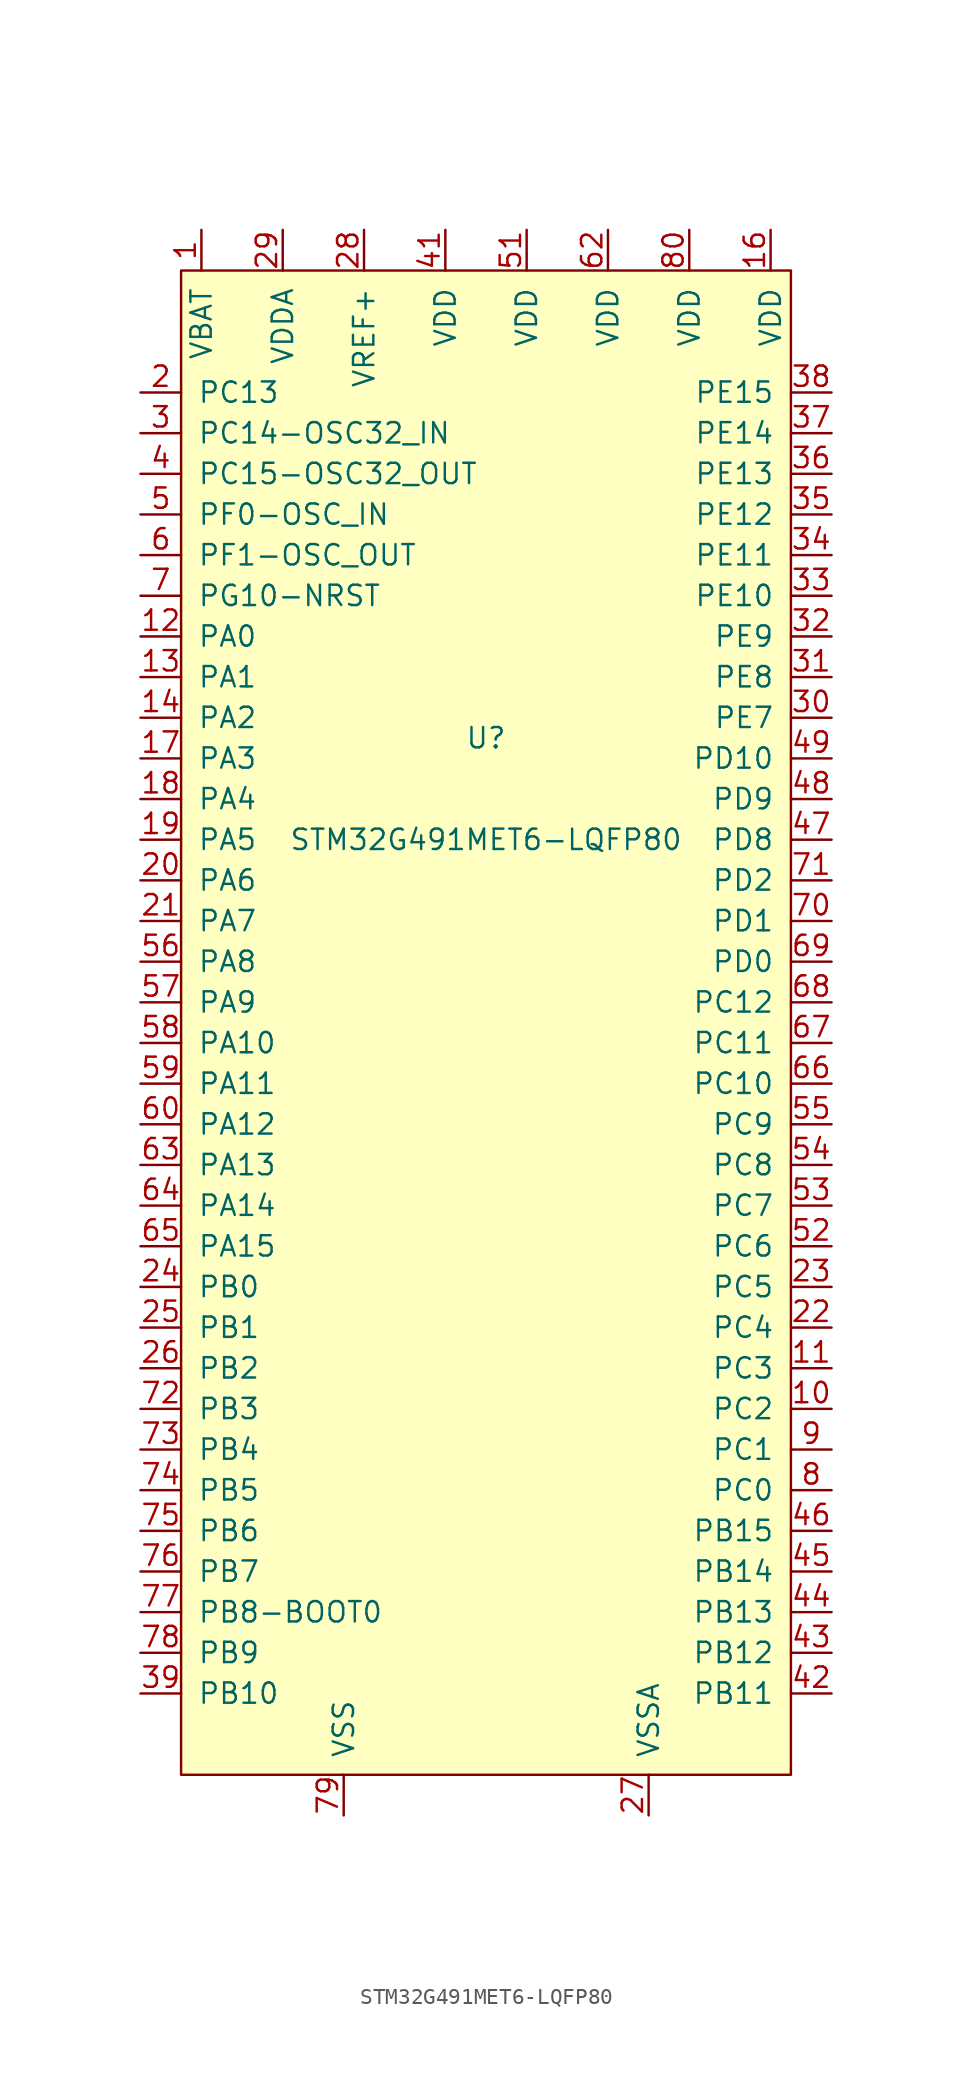
<source format=kicad_sym>
(kicad_symbol_lib
  (version 20211014)
  (generator kicad_symbol_editor)
  (symbol "STM32G491MET6-LQFP80"
    (pin_names
      (offset 1.016))
    (property "Reference" "U"
      (at 0 5.08 0)
      (effects (font (size 1.27 1.27))))
    (property "Value" "STM32G491MET6-LQFP80"
      (at 0 -1.27 0)
      (effects (font (size 1.27 1.27))))
    (symbol "STM32G491MET6-LQFP80_0_1"
      (rectangle (start -19.05 34.29) (end 19.05 -59.69) (stroke (width 0) (type default) (color 0 0 0 0)) (fill (type background))))
    (symbol "STM32G491MET6-LQFP80_1_1"
      (pin power_in line (at -17.78 36.83 270) (length 2.54) (name "VBAT" (effects (font (size 1.27 1.27)))) (number "1" (effects (font (size 1.27 1.27)))))
      (pin bidirectional line (at 21.59 -36.83 180) (length 2.54) (name "PC2" (effects (font (size 1.27 1.27)))) (number "10" (effects (font (size 1.27 1.27)))))
      (pin bidirectional line (at 21.59 -34.29 180) (length 2.54) (name "PC3" (effects (font (size 1.27 1.27)))) (number "11" (effects (font (size 1.27 1.27)))))
      (pin bidirectional line (at -21.59 11.43 0) (length 2.54) (name "PA0" (effects (font (size 1.27 1.27)))) (number "12" (effects (font (size 1.27 1.27)))))
      (pin bidirectional line (at -21.59 8.89 0) (length 2.54) (name "PA1" (effects (font (size 1.27 1.27)))) (number "13" (effects (font (size 1.27 1.27)))))
      (pin bidirectional line (at -21.59 6.35 0) (length 2.54) (name "PA2" (effects (font (size 1.27 1.27)))) (number "14" (effects (font (size 1.27 1.27)))))
      (pin power_in line (at -8.89 -62.23 90) (length 2.54) hide (name "VSS" (effects (font (size 1.27 1.27)))) (number "15" (effects (font (size 1.27 1.27)))))
      (pin power_in line (at 17.78 36.83 270) (length 2.54) (name "VDD" (effects (font (size 1.27 1.27)))) (number "16" (effects (font (size 1.27 1.27)))))
      (pin bidirectional line (at -21.59 3.81 0) (length 2.54) (name "PA3" (effects (font (size 1.27 1.27)))) (number "17" (effects (font (size 1.27 1.27)))))
      (pin bidirectional line (at -21.59 1.27 0) (length 2.54) (name "PA4" (effects (font (size 1.27 1.27)))) (number "18" (effects (font (size 1.27 1.27)))))
      (pin bidirectional line (at -21.59 -1.27 0) (length 2.54) (name "PA5" (effects (font (size 1.27 1.27)))) (number "19" (effects (font (size 1.27 1.27)))))
      (pin bidirectional line (at -21.59 26.67 0) (length 2.54) (name "PC13" (effects (font (size 1.27 1.27)))) (number "2" (effects (font (size 1.27 1.27)))))
      (pin bidirectional line (at -21.59 -3.81 0) (length 2.54) (name "PA6" (effects (font (size 1.27 1.27)))) (number "20" (effects (font (size 1.27 1.27)))))
      (pin bidirectional line (at -21.59 -6.35 0) (length 2.54) (name "PA7" (effects (font (size 1.27 1.27)))) (number "21" (effects (font (size 1.27 1.27)))))
      (pin bidirectional line (at 21.59 -31.75 180) (length 2.54) (name "PC4" (effects (font (size 1.27 1.27)))) (number "22" (effects (font (size 1.27 1.27)))))
      (pin bidirectional line (at 21.59 -29.21 180) (length 2.54) (name "PC5" (effects (font (size 1.27 1.27)))) (number "23" (effects (font (size 1.27 1.27)))))
      (pin bidirectional line (at -21.59 -29.21 0) (length 2.54) (name "PB0" (effects (font (size 1.27 1.27)))) (number "24" (effects (font (size 1.27 1.27)))))
      (pin bidirectional line (at -21.59 -31.75 0) (length 2.54) (name "PB1" (effects (font (size 1.27 1.27)))) (number "25" (effects (font (size 1.27 1.27)))))
      (pin bidirectional line (at -21.59 -34.29 0) (length 2.54) (name "PB2" (effects (font (size 1.27 1.27)))) (number "26" (effects (font (size 1.27 1.27)))))
      (pin power_out line (at 10.16 -62.23 90) (length 2.54) (name "VSSA" (effects (font (size 1.27 1.27)))) (number "27" (effects (font (size 1.27 1.27)))))
      (pin power_in line (at -7.62 36.83 270) (length 2.54) (name "VREF+" (effects (font (size 1.27 1.27)))) (number "28" (effects (font (size 1.27 1.27)))))
      (pin power_in line (at -12.7 36.83 270) (length 2.54) (name "VDDA" (effects (font (size 1.27 1.27)))) (number "29" (effects (font (size 1.27 1.27)))))
      (pin bidirectional line (at -21.59 24.13 0) (length 2.54) (name "PC14-OSC32_IN" (effects (font (size 1.27 1.27)))) (number "3" (effects (font (size 1.27 1.27)))))
      (pin bidirectional line (at 21.59 6.35 180) (length 2.54) (name "PE7" (effects (font (size 1.27 1.27)))) (number "30" (effects (font (size 1.27 1.27)))))
      (pin bidirectional line (at 21.59 8.89 180) (length 2.54) (name "PE8" (effects (font (size 1.27 1.27)))) (number "31" (effects (font (size 1.27 1.27)))))
      (pin bidirectional line (at 21.59 11.43 180) (length 2.54) (name "PE9" (effects (font (size 1.27 1.27)))) (number "32" (effects (font (size 1.27 1.27)))))
      (pin bidirectional line (at 21.59 13.97 180) (length 2.54) (name "PE10" (effects (font (size 1.27 1.27)))) (number "33" (effects (font (size 1.27 1.27)))))
      (pin bidirectional line (at 21.59 16.51 180) (length 2.54) (name "PE11" (effects (font (size 1.27 1.27)))) (number "34" (effects (font (size 1.27 1.27)))))
      (pin bidirectional line (at 21.59 19.05 180) (length 2.54) (name "PE12" (effects (font (size 1.27 1.27)))) (number "35" (effects (font (size 1.27 1.27)))))
      (pin bidirectional line (at 21.59 21.59 180) (length 2.54) (name "PE13" (effects (font (size 1.27 1.27)))) (number "36" (effects (font (size 1.27 1.27)))))
      (pin bidirectional line (at 21.59 24.13 180) (length 2.54) (name "PE14" (effects (font (size 1.27 1.27)))) (number "37" (effects (font (size 1.27 1.27)))))
      (pin bidirectional line (at 21.59 26.67 180) (length 2.54) (name "PE15" (effects (font (size 1.27 1.27)))) (number "38" (effects (font (size 1.27 1.27)))))
      (pin bidirectional line (at -21.59 -54.61 0) (length 2.54) (name "PB10" (effects (font (size 1.27 1.27)))) (number "39" (effects (font (size 1.27 1.27)))))
      (pin bidirectional line (at -21.59 21.59 0) (length 2.54) (name "PC15-OSC32_OUT" (effects (font (size 1.27 1.27)))) (number "4" (effects (font (size 1.27 1.27)))))
      (pin power_in line (at -8.89 -62.23 90) (length 2.54) hide (name "VSS" (effects (font (size 1.27 1.27)))) (number "40" (effects (font (size 1.27 1.27)))))
      (pin power_in line (at -2.54 36.83 270) (length 2.54) (name "VDD" (effects (font (size 1.27 1.27)))) (number "41" (effects (font (size 1.27 1.27)))))
      (pin bidirectional line (at 21.59 -54.61 180) (length 2.54) (name "PB11" (effects (font (size 1.27 1.27)))) (number "42" (effects (font (size 1.27 1.27)))))
      (pin bidirectional line (at 21.59 -52.07 180) (length 2.54) (name "PB12" (effects (font (size 1.27 1.27)))) (number "43" (effects (font (size 1.27 1.27)))))
      (pin bidirectional line (at 21.59 -49.53 180) (length 2.54) (name "PB13" (effects (font (size 1.27 1.27)))) (number "44" (effects (font (size 1.27 1.27)))))
      (pin bidirectional line (at 21.59 -46.99 180) (length 2.54) (name "PB14" (effects (font (size 1.27 1.27)))) (number "45" (effects (font (size 1.27 1.27)))))
      (pin bidirectional line (at 21.59 -44.45 180) (length 2.54) (name "PB15" (effects (font (size 1.27 1.27)))) (number "46" (effects (font (size 1.27 1.27)))))
      (pin bidirectional line (at 21.59 -1.27 180) (length 2.54) (name "PD8" (effects (font (size 1.27 1.27)))) (number "47" (effects (font (size 1.27 1.27)))))
      (pin bidirectional line (at 21.59 1.27 180) (length 2.54) (name "PD9" (effects (font (size 1.27 1.27)))) (number "48" (effects (font (size 1.27 1.27)))))
      (pin bidirectional line (at 21.59 3.81 180) (length 2.54) (name "PD10" (effects (font (size 1.27 1.27)))) (number "49" (effects (font (size 1.27 1.27)))))
      (pin bidirectional line (at -21.59 19.05 0) (length 2.54) (name "PF0-OSC_IN" (effects (font (size 1.27 1.27)))) (number "5" (effects (font (size 1.27 1.27)))))
      (pin power_in line (at -8.89 -62.23 90) (length 2.54) hide (name "VSS" (effects (font (size 1.27 1.27)))) (number "50" (effects (font (size 1.27 1.27)))))
      (pin power_in line (at 2.54 36.83 270) (length 2.54) (name "VDD" (effects (font (size 1.27 1.27)))) (number "51" (effects (font (size 1.27 1.27)))))
      (pin bidirectional line (at 21.59 -26.67 180) (length 2.54) (name "PC6" (effects (font (size 1.27 1.27)))) (number "52" (effects (font (size 1.27 1.27)))))
      (pin bidirectional line (at 21.59 -24.13 180) (length 2.54) (name "PC7" (effects (font (size 1.27 1.27)))) (number "53" (effects (font (size 1.27 1.27)))))
      (pin bidirectional line (at 21.59 -21.59 180) (length 2.54) (name "PC8" (effects (font (size 1.27 1.27)))) (number "54" (effects (font (size 1.27 1.27)))))
      (pin bidirectional line (at 21.59 -19.05 180) (length 2.54) (name "PC9" (effects (font (size 1.27 1.27)))) (number "55" (effects (font (size 1.27 1.27)))))
      (pin bidirectional line (at -21.59 -8.89 0) (length 2.54) (name "PA8" (effects (font (size 1.27 1.27)))) (number "56" (effects (font (size 1.27 1.27)))))
      (pin bidirectional line (at -21.59 -11.43 0) (length 2.54) (name "PA9" (effects (font (size 1.27 1.27)))) (number "57" (effects (font (size 1.27 1.27)))))
      (pin bidirectional line (at -21.59 -13.97 0) (length 2.54) (name "PA10" (effects (font (size 1.27 1.27)))) (number "58" (effects (font (size 1.27 1.27)))))
      (pin bidirectional line (at -21.59 -16.51 0) (length 2.54) (name "PA11" (effects (font (size 1.27 1.27)))) (number "59" (effects (font (size 1.27 1.27)))))
      (pin bidirectional line (at -21.59 16.51 0) (length 2.54) (name "PF1-OSC_OUT" (effects (font (size 1.27 1.27)))) (number "6" (effects (font (size 1.27 1.27)))))
      (pin bidirectional line (at -21.59 -19.05 0) (length 2.54) (name "PA12" (effects (font (size 1.27 1.27)))) (number "60" (effects (font (size 1.27 1.27)))))
      (pin power_in line (at -8.89 -62.23 90) (length 2.54) hide (name "VSS" (effects (font (size 1.27 1.27)))) (number "61" (effects (font (size 1.27 1.27)))))
      (pin power_in line (at 7.62 36.83 270) (length 2.54) (name "VDD" (effects (font (size 1.27 1.27)))) (number "62" (effects (font (size 1.27 1.27)))))
      (pin bidirectional line (at -21.59 -21.59 0) (length 2.54) (name "PA13" (effects (font (size 1.27 1.27)))) (number "63" (effects (font (size 1.27 1.27)))))
      (pin bidirectional line (at -21.59 -24.13 0) (length 2.54) (name "PA14" (effects (font (size 1.27 1.27)))) (number "64" (effects (font (size 1.27 1.27)))))
      (pin bidirectional line (at -21.59 -26.67 0) (length 2.54) (name "PA15" (effects (font (size 1.27 1.27)))) (number "65" (effects (font (size 1.27 1.27)))))
      (pin bidirectional line (at 21.59 -16.51 180) (length 2.54) (name "PC10" (effects (font (size 1.27 1.27)))) (number "66" (effects (font (size 1.27 1.27)))))
      (pin bidirectional line (at 21.59 -13.97 180) (length 2.54) (name "PC11" (effects (font (size 1.27 1.27)))) (number "67" (effects (font (size 1.27 1.27)))))
      (pin bidirectional line (at 21.59 -11.43 180) (length 2.54) (name "PC12" (effects (font (size 1.27 1.27)))) (number "68" (effects (font (size 1.27 1.27)))))
      (pin bidirectional line (at 21.59 -8.89 180) (length 2.54) (name "PD0" (effects (font (size 1.27 1.27)))) (number "69" (effects (font (size 1.27 1.27)))))
      (pin bidirectional line (at -21.59 13.97 0) (length 2.54) (name "PG10-NRST" (effects (font (size 1.27 1.27)))) (number "7" (effects (font (size 1.27 1.27)))))
      (pin bidirectional line (at 21.59 -6.35 180) (length 2.54) (name "PD1" (effects (font (size 1.27 1.27)))) (number "70" (effects (font (size 1.27 1.27)))))
      (pin bidirectional line (at 21.59 -3.81 180) (length 2.54) (name "PD2" (effects (font (size 1.27 1.27)))) (number "71" (effects (font (size 1.27 1.27)))))
      (pin bidirectional line (at -21.59 -36.83 0) (length 2.54) (name "PB3" (effects (font (size 1.27 1.27)))) (number "72" (effects (font (size 1.27 1.27)))))
      (pin bidirectional line (at -21.59 -39.37 0) (length 2.54) (name "PB4" (effects (font (size 1.27 1.27)))) (number "73" (effects (font (size 1.27 1.27)))))
      (pin bidirectional line (at -21.59 -41.91 0) (length 2.54) (name "PB5" (effects (font (size 1.27 1.27)))) (number "74" (effects (font (size 1.27 1.27)))))
      (pin bidirectional line (at -21.59 -44.45 0) (length 2.54) (name "PB6" (effects (font (size 1.27 1.27)))) (number "75" (effects (font (size 1.27 1.27)))))
      (pin bidirectional line (at -21.59 -46.99 0) (length 2.54) (name "PB7" (effects (font (size 1.27 1.27)))) (number "76" (effects (font (size 1.27 1.27)))))
      (pin bidirectional line (at -21.59 -49.53 0) (length 2.54) (name "PB8-BOOT0" (effects (font (size 1.27 1.27)))) (number "77" (effects (font (size 1.27 1.27)))))
      (pin bidirectional line (at -21.59 -52.07 0) (length 2.54) (name "PB9" (effects (font (size 1.27 1.27)))) (number "78" (effects (font (size 1.27 1.27)))))
      (pin power_in line (at -8.89 -62.23 90) (length 2.54) (name "VSS" (effects (font (size 1.27 1.27)))) (number "79" (effects (font (size 1.27 1.27)))))
      (pin bidirectional line (at 21.59 -41.91 180) (length 2.54) (name "PC0" (effects (font (size 1.27 1.27)))) (number "8" (effects (font (size 1.27 1.27)))))
      (pin power_in line (at 12.7 36.83 270) (length 2.54) (name "VDD" (effects (font (size 1.27 1.27)))) (number "80" (effects (font (size 1.27 1.27)))))
      (pin bidirectional line (at 21.59 -39.37 180) (length 2.54) (name "PC1" (effects (font (size 1.27 1.27)))) (number "9" (effects (font (size 1.27 1.27))))))))
</source>
